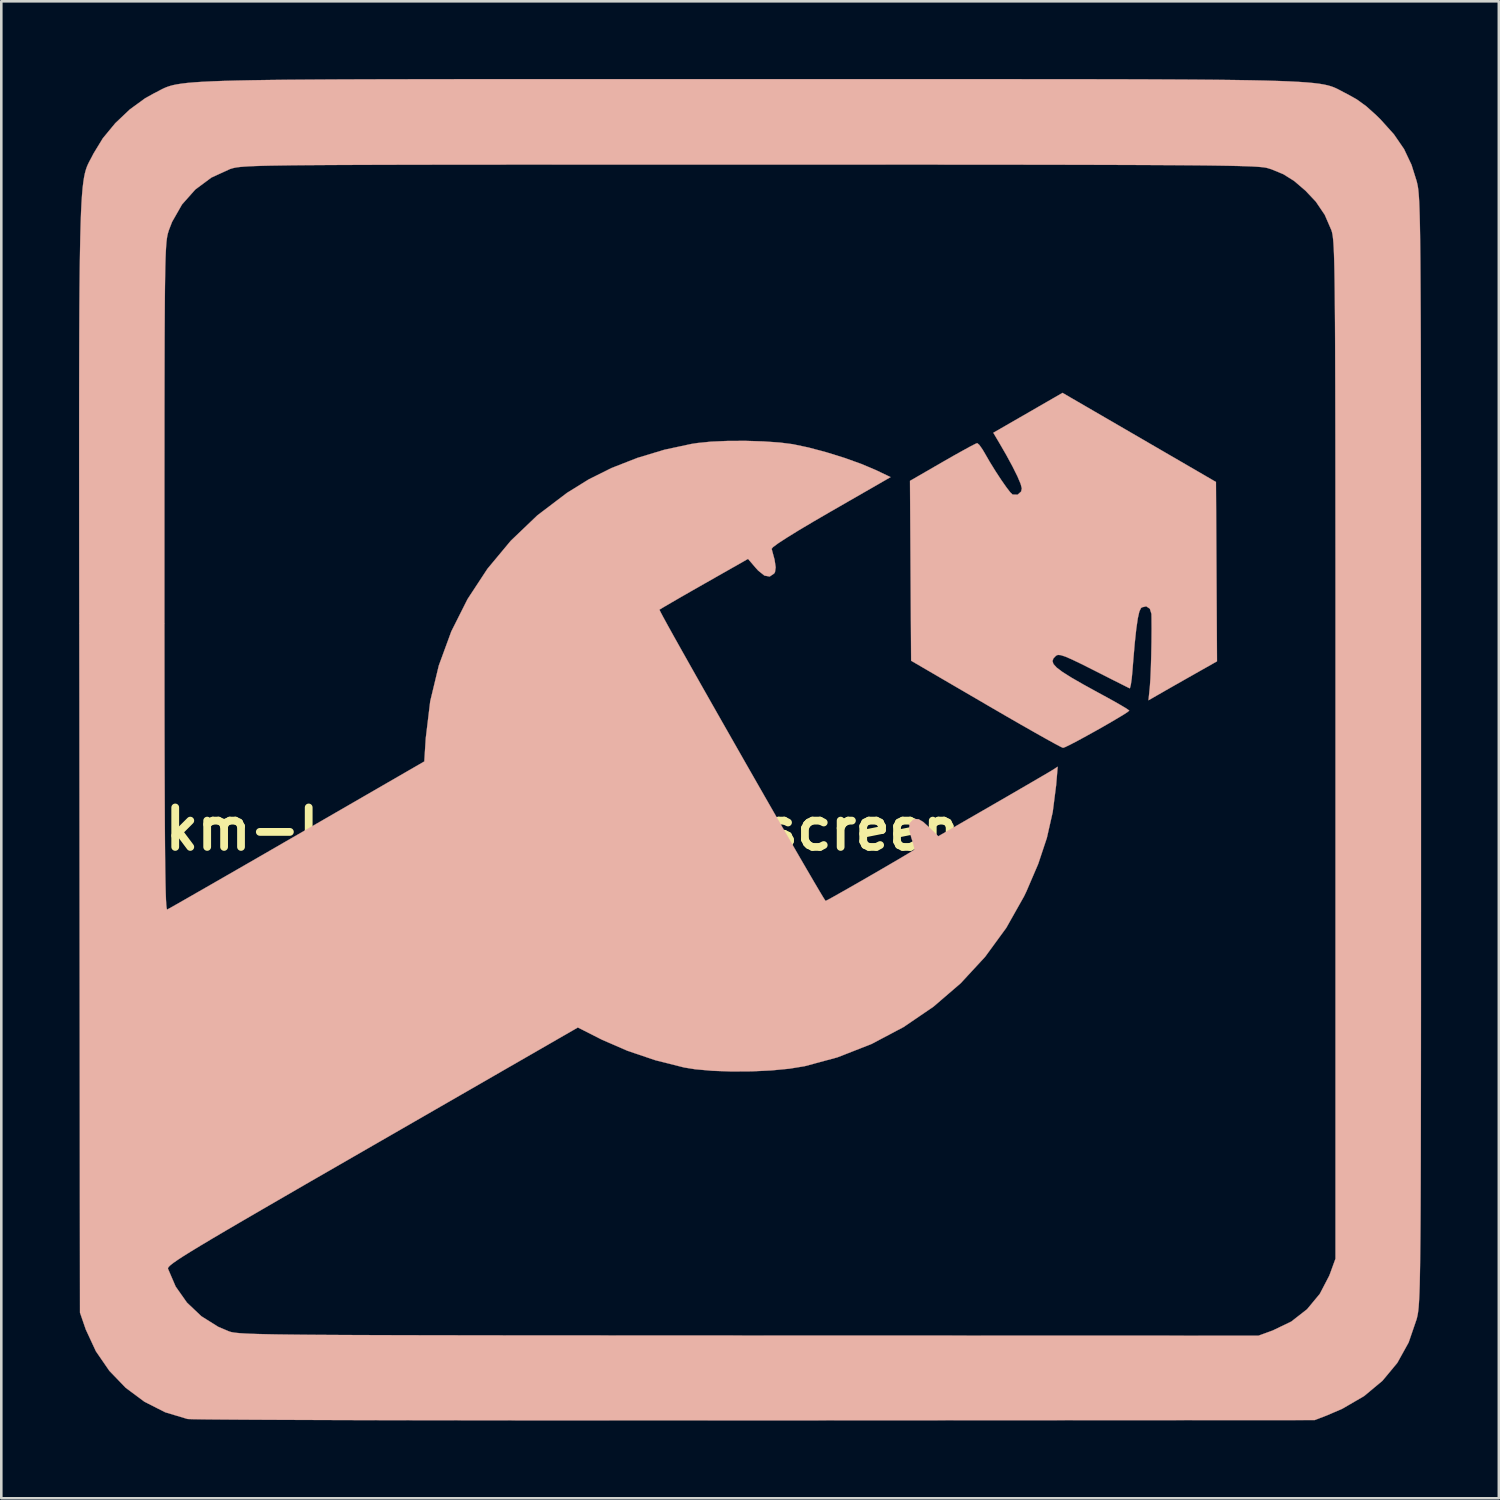
<source format=kicad_pcb>
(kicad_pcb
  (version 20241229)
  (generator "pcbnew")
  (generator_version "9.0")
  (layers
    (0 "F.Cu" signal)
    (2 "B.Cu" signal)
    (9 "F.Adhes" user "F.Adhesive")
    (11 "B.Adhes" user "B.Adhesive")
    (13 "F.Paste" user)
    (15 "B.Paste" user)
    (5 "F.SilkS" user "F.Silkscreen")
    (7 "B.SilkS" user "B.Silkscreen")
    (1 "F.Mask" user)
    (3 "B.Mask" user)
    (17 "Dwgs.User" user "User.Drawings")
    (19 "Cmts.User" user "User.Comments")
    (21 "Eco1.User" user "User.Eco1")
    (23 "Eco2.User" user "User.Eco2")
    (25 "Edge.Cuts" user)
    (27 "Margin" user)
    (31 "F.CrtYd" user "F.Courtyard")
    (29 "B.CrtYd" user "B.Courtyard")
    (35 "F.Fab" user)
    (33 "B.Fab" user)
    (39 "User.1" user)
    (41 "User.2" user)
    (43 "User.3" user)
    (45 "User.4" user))
  (footprint "km-logo-back-silkscreen"
    (layer "F.Cu")
    (at 25.904 25.911)
    (property "Reference" "km-logo-back-silkscreen" (at -7.239 3.048 0) (layer "F.SilkS") (effects (font (size 1.524 1.524) (thickness 0.3))))
    (attr through_hole)
    (fp_poly (pts (xy 17.992 -10.353) (xy 18.012 -6.891) (xy 18.032 -3.429) (xy 17.208 -2.963) (xy 16.809 -2.737) (xy 16.404 -2.507) (xy 16.051 -2.306) (xy 15.886 -2.211) (xy 15.387 -1.925) (xy 15.441 -2.465) (xy 15.461 -2.759) (xy 15.479 -3.174) (xy 15.493 -3.664) (xy 15.503 -4.181) (xy 15.507 -4.678) (xy 15.504 -5.106) (xy 15.501 -5.261) (xy 15.439 -5.459) (xy 15.3 -5.552) (xy 15.135 -5.513) (xy 15.095 -5.48) (xy 15.034 -5.352) (xy 14.974 -5.088) (xy 14.915 -4.68) (xy 14.855 -4.122) (xy 14.794 -3.404) (xy 14.771 -3.107) (xy 14.741 -2.78) (xy 14.706 -2.532) (xy 14.672 -2.399) (xy 14.659 -2.387) (xy 14.568 -2.432) (xy 14.352 -2.541) (xy 14.035 -2.7) (xy 13.645 -2.898) (xy 13.276 -3.085) (xy 12.788 -3.33) (xy 12.427 -3.503) (xy 12.172 -3.613) (xy 12 -3.668) (xy 11.89 -3.677) (xy 11.82 -3.648) (xy 11.817 -3.646) (xy 11.718 -3.544) (xy 11.68 -3.44) (xy 11.717 -3.325) (xy 11.841 -3.188) (xy 12.063 -3.02) (xy 12.396 -2.809) (xy 12.853 -2.546) (xy 13.445 -2.22) (xy 13.652 -2.108) (xy 14.018 -1.907) (xy 14.323 -1.733) (xy 14.54 -1.603) (xy 14.64 -1.532) (xy 14.644 -1.526) (xy 14.573 -1.467) (xy 14.382 -1.344) (xy 14.1 -1.176) (xy 13.758 -0.977) (xy 13.385 -0.765) (xy 13.01 -0.557) (xy 12.663 -0.368) (xy 12.373 -0.216) (xy 12.171 -0.118) (xy 12.088 -0.089) (xy 11.994 -0.131) (xy 11.769 -0.25) (xy 11.432 -0.436) (xy 10.997 -0.681) (xy 10.482 -0.974) (xy 9.902 -1.308) (xy 9.275 -1.672) (xy 9.102 -1.773) (xy 6.223 -3.452) (xy 6.201 -6.924) (xy 6.179 -10.396) (xy 7.44 -11.125) (xy 7.858 -11.364) (xy 8.226 -11.569) (xy 8.518 -11.729) (xy 8.71 -11.827) (xy 8.775 -11.853) (xy 8.855 -11.785) (xy 8.977 -11.612) (xy 9.048 -11.493) (xy 9.253 -11.138) (xy 9.477 -10.775) (xy 9.699 -10.436) (xy 9.898 -10.151) (xy 10.052 -9.951) (xy 10.139 -9.868) (xy 10.335 -9.863) (xy 10.47 -9.984) (xy 10.496 -10.106) (xy 10.451 -10.279) (xy 10.327 -10.571) (xy 10.135 -10.957) (xy 9.887 -11.414) (xy 9.627 -11.863) (xy 9.396 -12.253) (xy 10.392 -12.827) (xy 10.794 -13.058) (xy 11.174 -13.278) (xy 11.494 -13.462) (xy 11.711 -13.587) (xy 11.728 -13.597) (xy 12.067 -13.793) (xy 17.992 -10.353)) (stroke (width 0.01) (type solid)) (fill yes) (layer "B.SilkS"))
    (fp_poly (pts (xy -6.088 -25.906) (xy -4.111 -25.905) (xy -1.976 -25.905) (xy 0 -25.905) (xy 2.276 -25.905) (xy 4.388 -25.905) (xy 6.344 -25.906) (xy 8.15 -25.906) (xy 9.812 -25.905) (xy 11.336 -25.904) (xy 12.728 -25.903) (xy 13.996 -25.901) (xy 15.144 -25.898) (xy 16.181 -25.893) (xy 17.111 -25.888) (xy 17.942 -25.881) (xy 18.679 -25.872) (xy 19.329 -25.862) (xy 19.898 -25.85) (xy 20.393 -25.835) (xy 20.82 -25.819) (xy 21.184 -25.8) (xy 21.494 -25.779) (xy 21.754 -25.755) (xy 21.972 -25.729) (xy 22.153 -25.699) (xy 22.304 -25.666) (xy 22.431 -25.63) (xy 22.54 -25.591) (xy 22.638 -25.548) (xy 22.732 -25.501) (xy 22.827 -25.451) (xy 22.929 -25.396) (xy 23.029 -25.346) (xy 23.422 -25.128) (xy 23.789 -24.863) (xy 24.18 -24.512) (xy 24.345 -24.35) (xy 24.865 -23.772) (xy 25.254 -23.205) (xy 25.541 -22.599) (xy 25.741 -21.963) (xy 25.758 -21.891) (xy 25.775 -21.816) (xy 25.79 -21.73) (xy 25.804 -21.627) (xy 25.816 -21.501) (xy 25.828 -21.345) (xy 25.839 -21.153) (xy 25.848 -20.919) (xy 25.857 -20.637) (xy 25.865 -20.299) (xy 25.872 -19.9) (xy 25.878 -19.434) (xy 25.884 -18.893) (xy 25.888 -18.272) (xy 25.892 -17.564) (xy 25.896 -16.763) (xy 25.899 -15.862) (xy 25.901 -14.856) (xy 25.903 -13.738) (xy 25.905 -12.501) (xy 25.906 -11.139) (xy 25.907 -9.646) (xy 25.907 -8.015) (xy 25.908 -6.24) (xy 25.908 -4.315) (xy 25.908 -2.234) (xy 25.908 0) (xy 25.908 2.244) (xy 25.908 4.324) (xy 25.908 6.248) (xy 25.907 8.022) (xy 25.907 9.651) (xy 25.906 11.144) (xy 25.905 12.505) (xy 25.903 13.741) (xy 25.901 14.858) (xy 25.899 15.864) (xy 25.896 16.764) (xy 25.893 17.564) (xy 25.889 18.271) (xy 25.884 18.892) (xy 25.878 19.432) (xy 25.872 19.899) (xy 25.865 20.297) (xy 25.858 20.635) (xy 25.849 20.917) (xy 25.839 21.151) (xy 25.828 21.343) (xy 25.817 21.499) (xy 25.804 21.625) (xy 25.79 21.728) (xy 25.775 21.815) (xy 25.758 21.891) (xy 25.741 21.963) (xy 25.738 21.972) (xy 25.431 22.868) (xy 24.992 23.659) (xy 24.419 24.348) (xy 23.712 24.938) (xy 22.867 25.429) (xy 22.271 25.686) (xy 21.802 25.866) (xy 0.212 25.878) (xy -1.693 25.879) (xy -3.555 25.879) (xy -5.368 25.879) (xy -7.124 25.878) (xy -8.815 25.877) (xy -10.436 25.875) (xy -11.978 25.873) (xy -13.434 25.871) (xy -14.796 25.868) (xy -16.059 25.864) (xy -17.214 25.86) (xy -18.254 25.856) (xy -19.172 25.852) (xy -19.961 25.847) (xy -20.613 25.842) (xy -21.122 25.837) (xy -21.479 25.831) (xy -21.678 25.825) (xy -21.717 25.822) (xy -22.576 25.564) (xy -23.376 25.158) (xy -24.101 24.619) (xy -24.732 23.964) (xy -25.252 23.208) (xy -25.642 22.368) (xy -25.677 22.267) (xy -25.866 21.717) (xy -25.888 0.274) (xy -25.89 -2.016) (xy -25.893 -4.142) (xy -25.895 -6.113) (xy -25.896 -6.682) (xy -22.606 -6.682) (xy -22.606 -4.897) (xy -22.605 -3.274) (xy -22.604 -1.807) (xy -22.602 -0.489) (xy -22.599 0.687) (xy -22.595 1.727) (xy -22.591 2.638) (xy -22.586 3.427) (xy -22.58 4.101) (xy -22.573 4.666) (xy -22.565 5.129) (xy -22.556 5.497) (xy -22.546 5.776) (xy -22.534 5.974) (xy -22.521 6.097) (xy -22.507 6.151) (xy -22.5 6.155) (xy -22.411 6.106) (xy -22.187 5.98) (xy -21.841 5.783) (xy -21.386 5.522) (xy -20.833 5.205) (xy -20.195 4.838) (xy -19.485 4.43) (xy -18.715 3.986) (xy -17.897 3.513) (xy -17.484 3.275) (xy -12.573 0.438) (xy -12.516 -0.462) (xy -12.344 -1.888) (xy -12.013 -3.265) (xy -11.53 -4.583) (xy -10.902 -5.832) (xy -10.134 -7.002) (xy -9.235 -8.082) (xy -8.209 -9.063) (xy -7.063 -9.933) (xy -6.23 -10.45) (xy -5.344 -10.892) (xy -4.35 -11.281) (xy -3.304 -11.597) (xy -2.265 -11.82) (xy -2.032 -11.856) (xy -1.501 -11.91) (xy -0.861 -11.937) (xy -0.168 -11.94) (xy 0.523 -11.919) (xy 1.155 -11.875) (xy 1.651 -11.812) (xy 2.259 -11.684) (xy 2.943 -11.502) (xy 3.642 -11.285) (xy 4.295 -11.051) (xy 4.843 -10.82) (xy 4.853 -10.815) (xy 5.43 -10.541) (xy 3.117 -9.211) (xy 2.437 -8.816) (xy 1.866 -8.476) (xy 1.413 -8.196) (xy 1.085 -7.982) (xy 0.891 -7.838) (xy 0.837 -7.772) (xy 0.951 -7.35) (xy 0.993 -7.059) (xy 0.967 -6.873) (xy 0.934 -6.819) (xy 0.762 -6.702) (xy 0.559 -6.739) (xy 0.317 -6.933) (xy 0.223 -7.037) (xy -0.074 -7.384) (xy -1.752 -6.431) (xy -2.236 -6.155) (xy -2.671 -5.906) (xy -3.035 -5.695) (xy -3.307 -5.536) (xy -3.465 -5.441) (xy -3.494 -5.421) (xy -3.459 -5.345) (xy -3.348 -5.135) (xy -3.168 -4.806) (xy -2.927 -4.372) (xy -2.632 -3.846) (xy -2.292 -3.242) (xy -1.915 -2.574) (xy -1.508 -1.856) (xy -1.079 -1.101) (xy -0.636 -0.323) (xy -0.187 0.465) (xy 0.26 1.247) (xy 0.698 2.012) (xy 1.118 2.744) (xy 1.513 3.43) (xy 1.875 4.057) (xy 2.197 4.611) (xy 2.469 5.077) (xy 2.685 5.443) (xy 2.836 5.694) (xy 2.915 5.817) (xy 2.919 5.822) (xy 2.992 5.787) (xy 3.187 5.681) (xy 3.478 5.517) (xy 3.841 5.311) (xy 4.25 5.077) (xy 4.682 4.828) (xy 5.11 4.58) (xy 5.511 4.346) (xy 5.86 4.141) (xy 6.131 3.979) (xy 6.3 3.875) (xy 6.344 3.844) (xy 6.339 3.75) (xy 6.287 3.55) (xy 6.236 3.4) (xy 6.144 3.058) (xy 6.163 2.828) (xy 6.296 2.69) (xy 6.367 2.662) (xy 6.507 2.665) (xy 6.686 2.77) (xy 6.904 2.967) (xy 7.27 3.326) (xy 9.371 2.114) (xy 9.922 1.796) (xy 10.433 1.499) (xy 10.884 1.237) (xy 11.254 1.021) (xy 11.522 0.864) (xy 11.667 0.777) (xy 11.677 0.771) (xy 11.881 0.64) (xy 11.821 1.356) (xy 11.689 2.392) (xy 11.463 3.39) (xy 11.129 4.394) (xy 10.676 5.449) (xy 10.582 5.645) (xy 9.897 6.86) (xy 9.078 7.981) (xy 8.136 9) (xy 7.083 9.906) (xy 5.931 10.691) (xy 4.692 11.346) (xy 3.377 11.861) (xy 2.113 12.202) (xy 1.521 12.299) (xy 0.822 12.366) (xy 0.061 12.402) (xy -0.713 12.407) (xy -1.452 12.38) (xy -2.111 12.321) (xy -2.54 12.252) (xy -3.649 11.973) (xy -4.726 11.609) (xy -5.707 11.183) (xy -5.791 11.141) (xy -6.645 10.708) (xy -14.583 15.279) (xy -15.843 16.005) (xy -16.965 16.651) (xy -17.955 17.224) (xy -18.822 17.726) (xy -19.573 18.163) (xy -20.217 18.539) (xy -20.761 18.86) (xy -21.213 19.13) (xy -21.581 19.354) (xy -21.873 19.536) (xy -22.097 19.682) (xy -22.26 19.796) (xy -22.371 19.882) (xy -22.437 19.946) (xy -22.467 19.991) (xy -22.469 20.021) (xy -22.172 20.711) (xy -21.736 21.33) (xy -21.18 21.856) (xy -20.527 22.266) (xy -20.115 22.44) (xy -20.063 22.457) (xy -19.999 22.473) (xy -19.917 22.487) (xy -19.81 22.5) (xy -19.672 22.512) (xy -19.496 22.523) (xy -19.277 22.533) (xy -19.006 22.542) (xy -18.678 22.55) (xy -18.286 22.558) (xy -17.824 22.564) (xy -17.285 22.57) (xy -16.663 22.575) (xy -15.95 22.579) (xy -15.141 22.583) (xy -14.229 22.586) (xy -13.207 22.589) (xy -12.069 22.591) (xy -10.808 22.593) (xy -9.418 22.595) (xy -7.892 22.596) (xy -6.224 22.597) (xy -4.407 22.598) (xy -2.434 22.599) (xy -0.3 22.6) (xy -0.025 22.6) (xy 19.635 22.606) (xy 20.18 22.408) (xy 20.899 22.062) (xy 21.508 21.587) (xy 22 20.994) (xy 22.366 20.291) (xy 22.408 20.18) (xy 22.606 19.635) (xy 22.606 0.009) (xy 22.606 -2.142) (xy 22.606 -4.13) (xy 22.606 -5.962) (xy 22.605 -7.644) (xy 22.604 -9.184) (xy 22.603 -10.586) (xy 22.602 -11.859) (xy 22.6 -13.009) (xy 22.598 -14.042) (xy 22.595 -14.965) (xy 22.592 -15.784) (xy 22.588 -16.506) (xy 22.583 -17.137) (xy 22.578 -17.685) (xy 22.572 -18.155) (xy 22.565 -18.555) (xy 22.557 -18.89) (xy 22.548 -19.168) (xy 22.538 -19.395) (xy 22.527 -19.577) (xy 22.515 -19.722) (xy 22.502 -19.835) (xy 22.488 -19.923) (xy 22.473 -19.993) (xy 22.456 -20.052) (xy 22.445 -20.083) (xy 22.192 -20.667) (xy 21.847 -21.177) (xy 21.45 -21.598) (xy 21.015 -21.971) (xy 20.598 -22.234) (xy 20.136 -22.425) (xy 19.987 -22.471) (xy 19.925 -22.486) (xy 19.84 -22.5) (xy 19.725 -22.512) (xy 19.575 -22.524) (xy 19.382 -22.535) (xy 19.14 -22.544) (xy 18.843 -22.553) (xy 18.483 -22.561) (xy 18.056 -22.568) (xy 17.554 -22.575) (xy 16.97 -22.58) (xy 16.298 -22.585) (xy 15.533 -22.589) (xy 14.666 -22.593) (xy 13.693 -22.596) (xy 12.605 -22.599) (xy 11.398 -22.601) (xy 10.063 -22.603) (xy 8.596 -22.604) (xy 6.989 -22.605) (xy 5.236 -22.605) (xy 3.33 -22.606) (xy 1.266 -22.606) (xy -0.018 -22.606) (xy -2.163 -22.606) (xy -4.144 -22.606) (xy -5.97 -22.606) (xy -7.646 -22.605) (xy -9.18 -22.605) (xy -10.577 -22.604) (xy -11.844 -22.603) (xy -12.988 -22.601) (xy -14.016 -22.599) (xy -14.934 -22.596) (xy -15.748 -22.593) (xy -16.466 -22.589) (xy -17.094 -22.585) (xy -17.638 -22.58) (xy -18.106 -22.573) (xy -18.503 -22.567) (xy -18.837 -22.559) (xy -19.113 -22.55) (xy -19.339 -22.54) (xy -19.522 -22.529) (xy -19.667 -22.517) (xy -19.781 -22.504) (xy -19.872 -22.489) (xy -19.945 -22.473) (xy -20.007 -22.456) (xy -20.065 -22.437) (xy -20.083 -22.431) (xy -20.794 -22.105) (xy -21.414 -21.644) (xy -21.926 -21.068) (xy -22.311 -20.394) (xy -22.43 -20.086) (xy -22.453 -20.015) (xy -22.475 -19.941) (xy -22.494 -19.857) (xy -22.511 -19.754) (xy -22.527 -19.624) (xy -22.54 -19.459) (xy -22.552 -19.251) (xy -22.563 -18.991) (xy -22.572 -18.671) (xy -22.579 -18.283) (xy -22.586 -17.819) (xy -22.591 -17.27) (xy -22.595 -16.629) (xy -22.599 -15.886) (xy -22.601 -15.034) (xy -22.603 -14.064) (xy -22.605 -12.968) (xy -22.605 -11.738) (xy -22.606 -10.366) (xy -22.606 -8.844) (xy -22.606 -7.162) (xy -22.606 -6.682) (xy -25.896 -6.682) (xy -25.897 -7.932) (xy -25.898 -9.608) (xy -25.899 -11.145) (xy -25.899 -12.551) (xy -25.898 -13.832) (xy -25.896 -14.993) (xy -25.893 -16.042) (xy -25.889 -16.985) (xy -25.883 -17.827) (xy -25.875 -18.575) (xy -25.865 -19.236) (xy -25.854 -19.815) (xy -25.84 -20.319) (xy -25.825 -20.755) (xy -25.807 -21.128) (xy -25.786 -21.445) (xy -25.763 -21.712) (xy -25.736 -21.935) (xy -25.707 -22.121) (xy -25.675 -22.276) (xy -25.639 -22.407) (xy -25.601 -22.519) (xy -25.558 -22.618) (xy -25.512 -22.712) (xy -25.462 -22.806) (xy -25.408 -22.907) (xy -25.35 -23.021) (xy -25.346 -23.029) (xy -24.985 -23.621) (xy -24.504 -24.204) (xy -23.945 -24.734) (xy -23.352 -25.166) (xy -23.029 -25.346) (xy -22.915 -25.404) (xy -22.813 -25.458) (xy -22.719 -25.508) (xy -22.625 -25.554) (xy -22.526 -25.596) (xy -22.414 -25.635) (xy -22.285 -25.671) (xy -22.13 -25.703) (xy -21.944 -25.732) (xy -21.721 -25.759) (xy -21.455 -25.782) (xy -21.138 -25.803) (xy -20.765 -25.821) (xy -20.33 -25.837) (xy -19.825 -25.851) (xy -19.245 -25.863) (xy -18.584 -25.873) (xy -17.834 -25.882) (xy -16.991 -25.888) (xy -16.046 -25.894) (xy -14.995 -25.898) (xy -13.831 -25.901) (xy -12.546 -25.903) (xy -11.136 -25.905) (xy -9.594 -25.905) (xy -7.913 -25.906) (xy -6.088 -25.906)) (stroke (width 0.01) (type solid)) (fill yes) (layer "B.SilkS")))
  (gr_rect
    (start -3 -3)
    (end 54.817 54.795)
    (stroke (width 0.1) (type default))
    (fill no)
    (layer "Edge.Cuts")))
</source>
